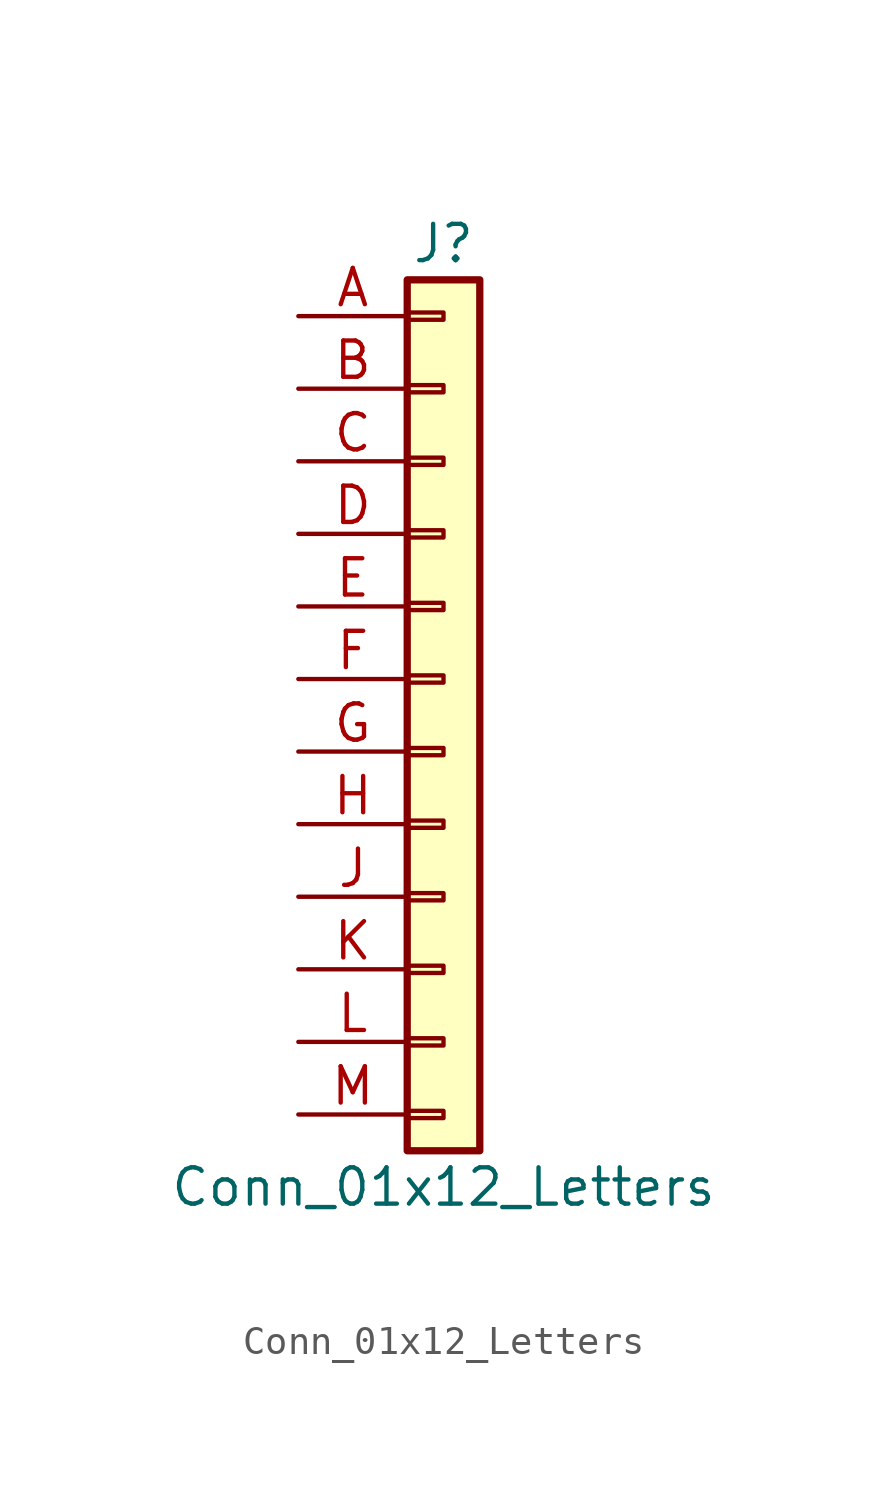
<source format=kicad_sym>
(kicad_symbol_lib
  (version 20211014)
  (generator kicad_symbol_editor)
  (symbol "Conn_01x12_Letters"
    (pin_names
      (offset 1.016) hide)
    (property "Reference" "J"
      (at 0 15.24 0)
      (effects (font (size 1.27 1.27))))
    (property "Value" "Conn_01x12_Letters"
      (at 0 -17.78 0)
      (effects (font (size 1.27 1.27))))
    (symbol "Conn_01x12_Letters_1_1"
      (rectangle (start -1.27 -15.113) (end 0 -15.367) (stroke (width 0.152) (type default) (color 0 0 0 0)) (fill (type none)))
      (rectangle (start -1.27 -12.573) (end 0 -12.827) (stroke (width 0.152) (type default) (color 0 0 0 0)) (fill (type none)))
      (rectangle (start -1.27 -10.033) (end 0 -10.287) (stroke (width 0.152) (type default) (color 0 0 0 0)) (fill (type none)))
      (rectangle (start -1.27 -7.493) (end 0 -7.747) (stroke (width 0.152) (type default) (color 0 0 0 0)) (fill (type none)))
      (rectangle (start -1.27 -4.953) (end 0 -5.207) (stroke (width 0.152) (type default) (color 0 0 0 0)) (fill (type none)))
      (rectangle (start -1.27 -2.413) (end 0 -2.667) (stroke (width 0.152) (type default) (color 0 0 0 0)) (fill (type none)))
      (rectangle (start -1.27 0.127) (end 0 -0.127) (stroke (width 0.152) (type default) (color 0 0 0 0)) (fill (type none)))
      (rectangle (start -1.27 2.667) (end 0 2.413) (stroke (width 0.152) (type default) (color 0 0 0 0)) (fill (type none)))
      (rectangle (start -1.27 5.207) (end 0 4.953) (stroke (width 0.152) (type default) (color 0 0 0 0)) (fill (type none)))
      (rectangle (start -1.27 7.747) (end 0 7.493) (stroke (width 0.152) (type default) (color 0 0 0 0)) (fill (type none)))
      (rectangle (start -1.27 10.287) (end 0 10.033) (stroke (width 0.152) (type default) (color 0 0 0 0)) (fill (type none)))
      (rectangle (start -1.27 12.827) (end 0 12.573) (stroke (width 0.152) (type default) (color 0 0 0 0)) (fill (type none)))
      (rectangle (start -1.27 13.97) (end 1.27 -16.51) (stroke (width 0.254) (type default) (color 0 0 0 0)) (fill (type background)))
      (pin passive line (at -5.08 12.7 0) (length 3.81) (name "Pin_A" (effects (font (size 1.27 1.27)))) (number "A" (effects (font (size 1.27 1.27)))))
      (pin passive line (at -5.08 10.16 0) (length 3.81) (name "Pin_B" (effects (font (size 1.27 1.27)))) (number "B" (effects (font (size 1.27 1.27)))))
      (pin passive line (at -5.08 7.62 0) (length 3.81) (name "Pin_C" (effects (font (size 1.27 1.27)))) (number "C" (effects (font (size 1.27 1.27)))))
      (pin passive line (at -5.08 5.08 0) (length 3.81) (name "Pin_D" (effects (font (size 1.27 1.27)))) (number "D" (effects (font (size 1.27 1.27)))))
      (pin passive line (at -5.08 2.54 0) (length 3.81) (name "Pin_E" (effects (font (size 1.27 1.27)))) (number "E" (effects (font (size 1.27 1.27)))))
      (pin passive line (at -5.08 0 0) (length 3.81) (name "Pin_F" (effects (font (size 1.27 1.27)))) (number "F" (effects (font (size 1.27 1.27)))))
      (pin passive line (at -5.08 -2.54 0) (length 3.81) (name "Pin_G" (effects (font (size 1.27 1.27)))) (number "G" (effects (font (size 1.27 1.27)))))
      (pin passive line (at -5.08 -5.08 0) (length 3.81) (name "Pin_H" (effects (font (size 1.27 1.27)))) (number "H" (effects (font (size 1.27 1.27)))))
      (pin passive line (at -5.08 -7.62 0) (length 3.81) (name "Pin_J" (effects (font (size 1.27 1.27)))) (number "J" (effects (font (size 1.27 1.27)))))
      (pin passive line (at -5.08 -10.16 0) (length 3.81) (name "Pin_K" (effects (font (size 1.27 1.27)))) (number "K" (effects (font (size 1.27 1.27)))))
      (pin passive line (at -5.08 -12.7 0) (length 3.81) (name "Pin_L" (effects (font (size 1.27 1.27)))) (number "L" (effects (font (size 1.27 1.27)))))
      (pin passive line (at -5.08 -15.24 0) (length 3.81) (name "Pin_M" (effects (font (size 1.27 1.27)))) (number "M" (effects (font (size 1.27 1.27))))))))
</source>
